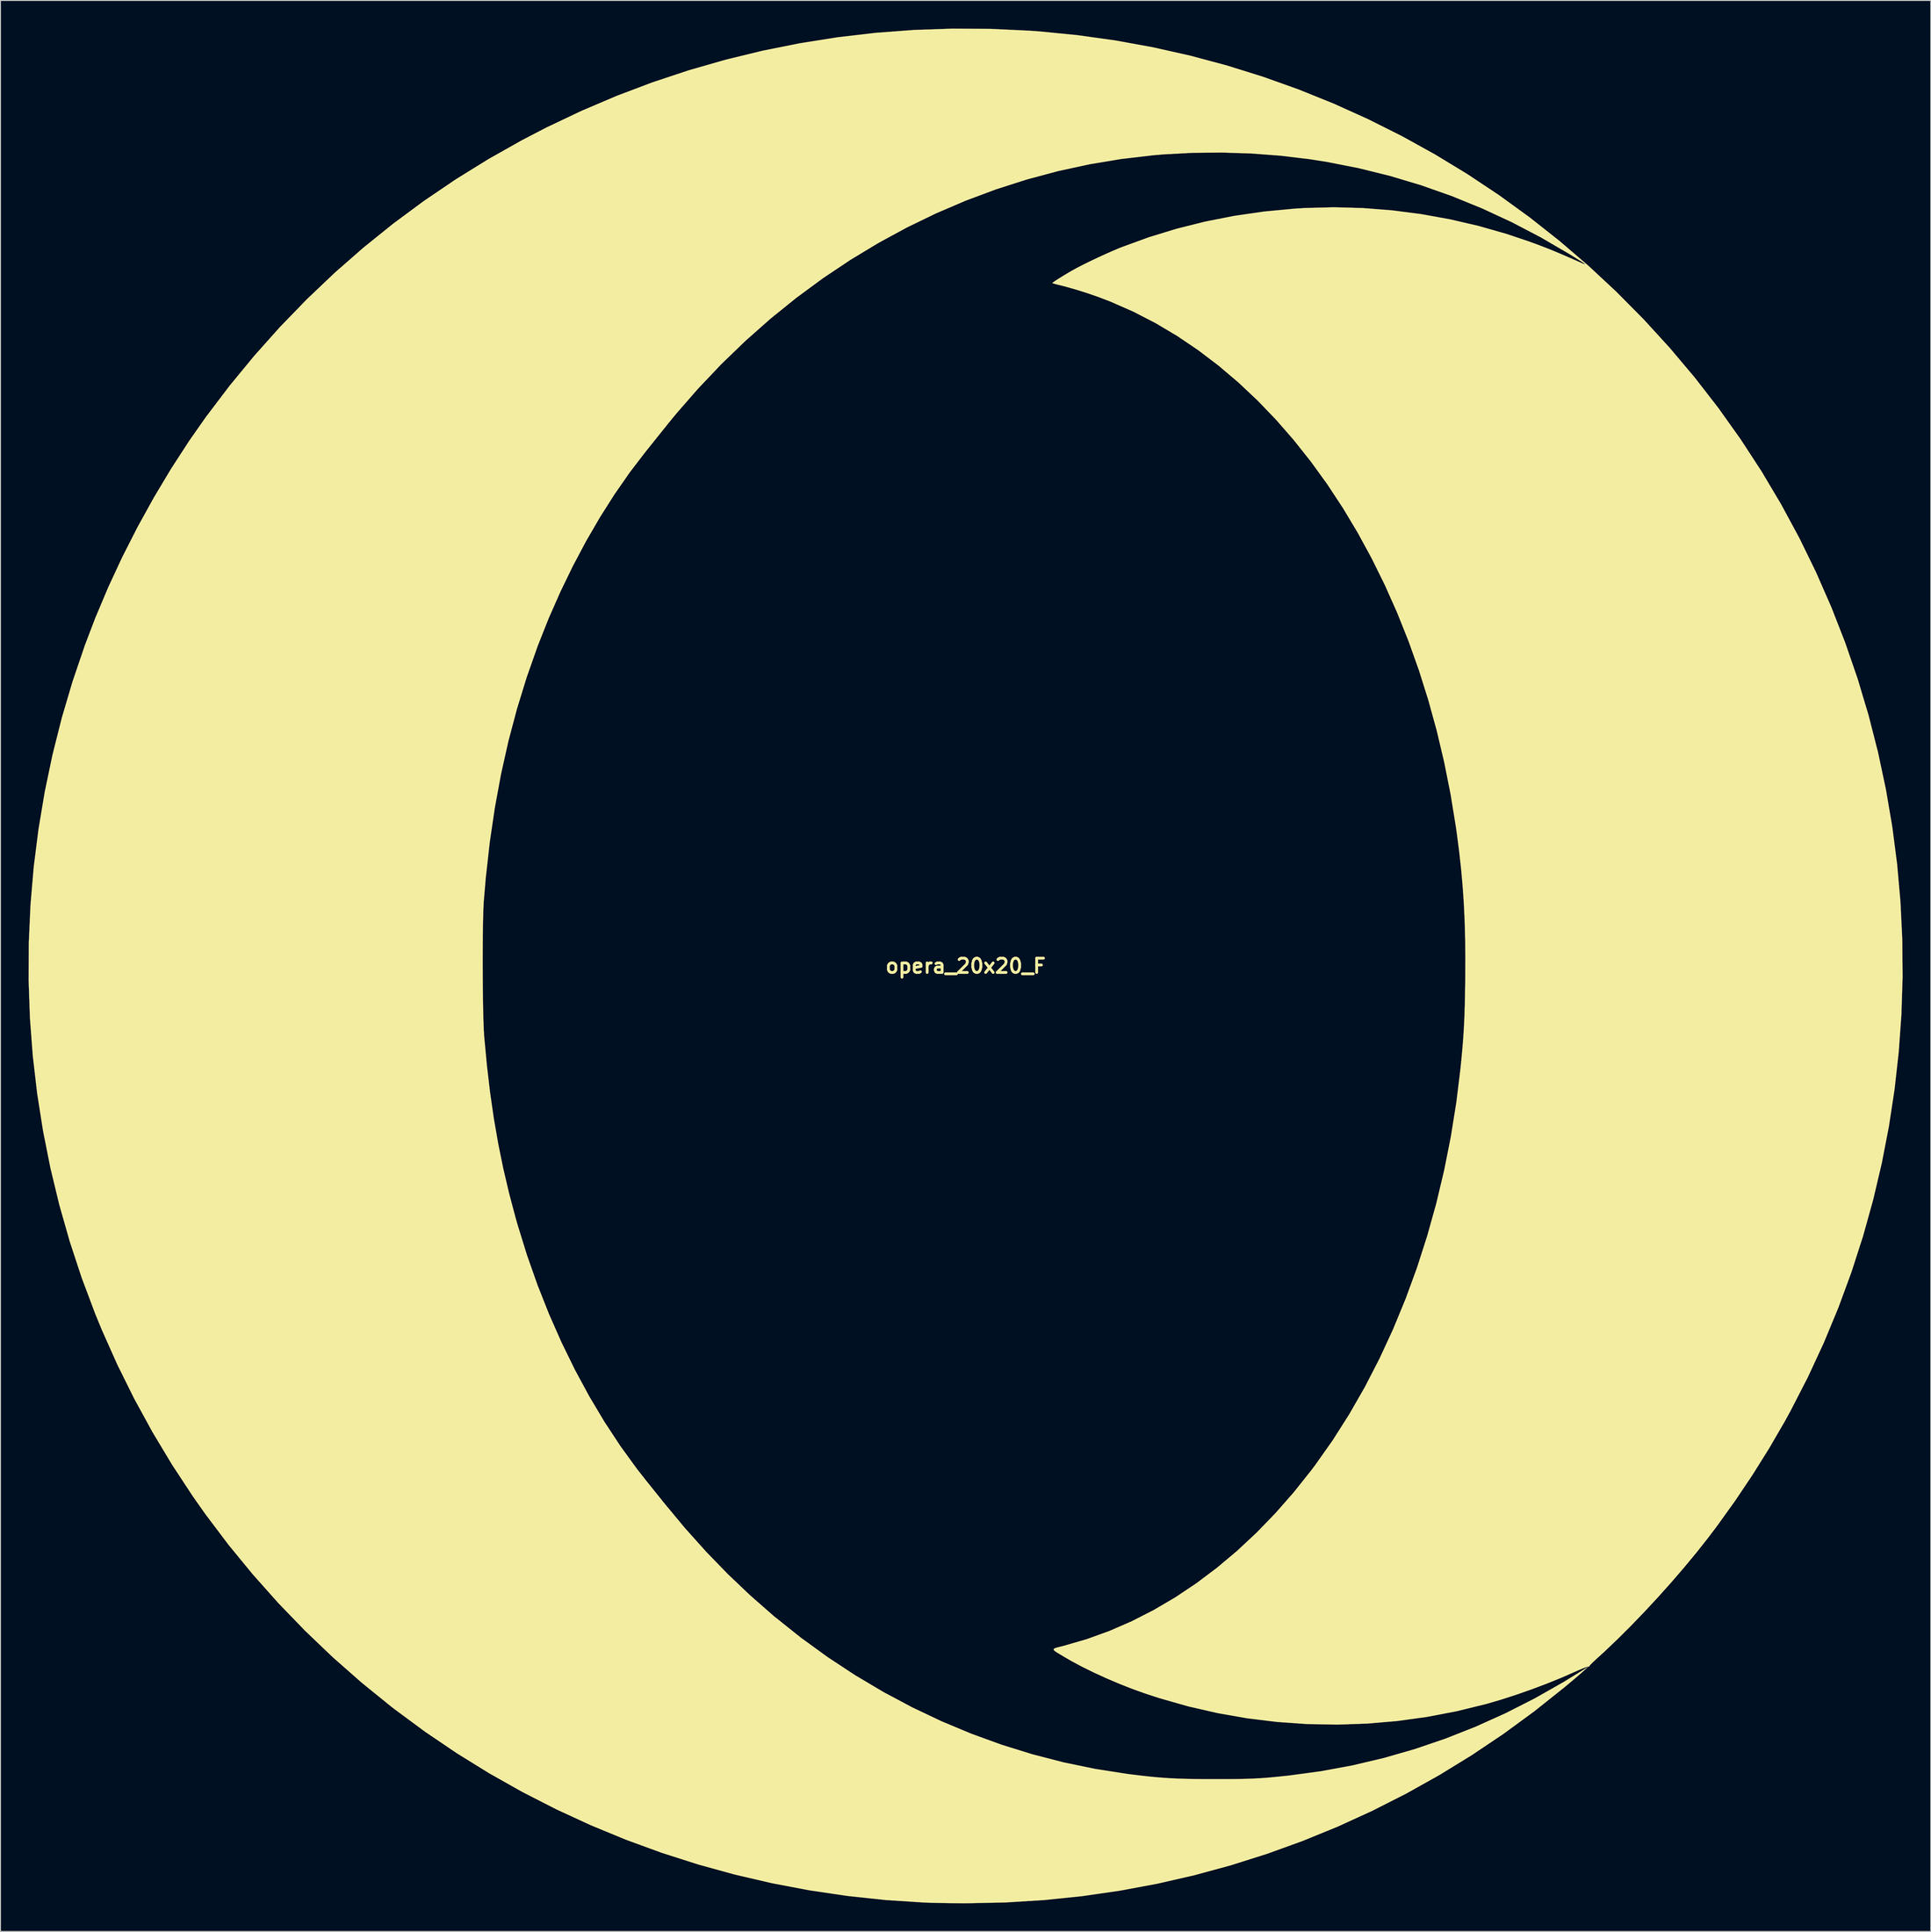
<source format=kicad_pcb>
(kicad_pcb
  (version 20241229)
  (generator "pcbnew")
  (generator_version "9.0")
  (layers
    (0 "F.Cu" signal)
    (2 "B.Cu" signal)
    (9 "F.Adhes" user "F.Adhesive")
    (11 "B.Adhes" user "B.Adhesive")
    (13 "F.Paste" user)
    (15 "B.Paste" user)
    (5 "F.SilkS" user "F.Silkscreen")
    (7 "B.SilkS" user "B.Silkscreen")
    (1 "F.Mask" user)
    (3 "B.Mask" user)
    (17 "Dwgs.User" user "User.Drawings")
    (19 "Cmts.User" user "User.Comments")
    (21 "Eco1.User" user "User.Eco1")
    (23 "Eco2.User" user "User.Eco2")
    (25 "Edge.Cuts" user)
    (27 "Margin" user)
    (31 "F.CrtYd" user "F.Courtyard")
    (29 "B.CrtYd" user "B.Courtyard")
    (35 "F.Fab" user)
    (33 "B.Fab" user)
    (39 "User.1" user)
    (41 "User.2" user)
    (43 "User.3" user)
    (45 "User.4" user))
  (footprint "opera_20x20_F"
    (layer "F.Cu")
    (at 99.982 99.992)
    (property "Reference" "opera_20x20_F" (at 0 0 0) (layer "F.SilkS") (effects (font (size 1.524 1.524) (thickness 0.3))))
    (attr through_hole)
    (fp_poly (pts (xy 2.699 -99.96) (xy 6.823 -99.767) (xy 7.874 -99.691) (xy 11.948 -99.29) (xy 15.989 -98.725) (xy 19.991 -97.997) (xy 23.951 -97.109) (xy 27.863 -96.062) (xy 31.724 -94.858) (xy 35.529 -93.5) (xy 39.273 -91.99) (xy 42.951 -90.329) (xy 46.56 -88.52) (xy 50.094 -86.565) (xy 53.549 -84.465) (xy 56.921 -82.224) (xy 60.204 -79.842) (xy 63.395 -77.322) (xy 66.489 -74.667) (xy 69.427 -71.93) (xy 72.358 -68.972) (xy 75.152 -65.915) (xy 77.808 -62.764) (xy 80.324 -59.52) (xy 82.699 -56.185) (xy 84.93 -52.763) (xy 87.016 -49.255) (xy 88.957 -45.663) (xy 90.749 -41.991) (xy 92.392 -38.241) (xy 93.852 -34.502) (xy 95.183 -30.639) (xy 96.351 -26.739) (xy 97.355 -22.808) (xy 98.197 -18.851) (xy 98.877 -14.873) (xy 99.395 -10.879) (xy 99.751 -6.874) (xy 99.946 -2.863) (xy 99.981 1.148) (xy 99.856 5.155) (xy 99.57 9.152) (xy 99.126 13.135) (xy 98.522 17.098) (xy 97.76 21.036) (xy 96.839 24.944) (xy 95.761 28.816) (xy 94.525 32.649) (xy 93.132 36.436) (xy 91.582 40.173) (xy 89.876 43.854) (xy 88.014 47.474) (xy 87.397 48.599) (xy 85.747 51.441) (xy 83.965 54.287) (xy 82.082 57.092) (xy 80.128 59.809) (xy 79.159 61.087) (xy 77.958 62.604) (xy 76.663 64.167) (xy 75.296 65.752) (xy 73.881 67.332) (xy 72.44 68.883) (xy 70.998 70.379) (xy 69.576 71.797) (xy 68.199 73.11) (xy 67.254 73.971) (xy 66.962 74.24) (xy 66.73 74.471) (xy 66.579 74.64) (xy 66.533 74.724) (xy 66.535 74.726) (xy 66.53 74.749) (xy 66.485 74.727) (xy 66.375 74.74) (xy 66.138 74.817) (xy 65.799 74.949) (xy 65.384 75.124) (xy 65.047 75.275) (xy 63.594 75.911) (xy 62.03 76.544) (xy 60.403 77.157) (xy 58.765 77.732) (xy 57.164 78.25) (xy 55.65 78.694) (xy 55.541 78.724) (xy 52.394 79.496) (xy 49.223 80.102) (xy 46.036 80.541) (xy 42.837 80.814) (xy 39.634 80.921) (xy 36.432 80.863) (xy 33.237 80.639) (xy 30.056 80.25) (xy 26.893 79.695) (xy 23.756 78.976) (xy 20.651 78.092) (xy 19.153 77.602) (xy 17.807 77.119) (xy 16.432 76.579) (xy 15.063 75.997) (xy 13.733 75.39) (xy 12.477 74.773) (xy 11.331 74.162) (xy 10.67 73.78) (xy 10.145 73.469) (xy 9.759 73.236) (xy 9.509 73.065) (xy 9.392 72.94) (xy 9.406 72.846) (xy 9.549 72.766) (xy 9.817 72.685) (xy 10.208 72.588) (xy 10.469 72.522) (xy 12.922 71.81) (xy 15.342 70.935) (xy 17.727 69.898) (xy 20.071 68.702) (xy 22.371 67.351) (xy 24.623 65.848) (xy 26.822 64.194) (xy 28.966 62.394) (xy 31.049 60.45) (xy 33.068 58.364) (xy 35.019 56.141) (xy 36.898 53.782) (xy 37.294 53.255) (xy 39.17 50.597) (xy 40.942 47.811) (xy 42.609 44.903) (xy 44.166 41.882) (xy 45.612 38.756) (xy 46.943 35.531) (xy 48.157 32.216) (xy 49.25 28.818) (xy 50.221 25.346) (xy 51.065 21.805) (xy 51.781 18.206) (xy 52.365 14.553) (xy 52.786 11.134) (xy 52.899 10.039) (xy 52.993 9.035) (xy 53.072 8.09) (xy 53.137 7.174) (xy 53.19 6.257) (xy 53.232 5.308) (xy 53.264 4.297) (xy 53.289 3.193) (xy 53.308 1.967) (xy 53.316 1.257) (xy 53.325 -0.898) (xy 53.305 -2.918) (xy 53.252 -4.835) (xy 53.165 -6.681) (xy 53.042 -8.488) (xy 52.881 -10.287) (xy 52.681 -12.111) (xy 52.438 -13.992) (xy 52.316 -14.859) (xy 51.75 -18.334) (xy 51.07 -21.744) (xy 50.278 -25.087) (xy 49.377 -28.356) (xy 48.371 -31.548) (xy 47.261 -34.659) (xy 46.051 -37.684) (xy 44.744 -40.619) (xy 43.343 -43.46) (xy 41.851 -46.201) (xy 40.27 -48.839) (xy 38.605 -51.37) (xy 36.856 -53.789) (xy 35.029 -56.091) (xy 33.125 -58.273) (xy 31.147 -60.329) (xy 29.098 -62.256) (xy 26.982 -64.05) (xy 24.802 -65.705) (xy 22.559 -67.218) (xy 20.258 -68.584) (xy 17.9 -69.799) (xy 15.49 -70.858) (xy 14.155 -71.369) (xy 12.998 -71.769) (xy 11.836 -72.136) (xy 10.727 -72.452) (xy 10.127 -72.605) (xy 9.774 -72.693) (xy 9.487 -72.769) (xy 9.303 -72.824) (xy 9.255 -72.843) (xy 9.308 -72.9) (xy 9.483 -73.027) (xy 9.758 -73.209) (xy 10.11 -73.432) (xy 10.514 -73.681) (xy 10.948 -73.94) (xy 11.388 -74.195) (xy 11.391 -74.197) (xy 11.932 -74.493) (xy 12.594 -74.832) (xy 13.339 -75.198) (xy 14.129 -75.573) (xy 14.927 -75.939) (xy 15.696 -76.279) (xy 16.399 -76.575) (xy 16.637 -76.67) (xy 19.547 -77.732) (xy 22.534 -78.646) (xy 25.589 -79.41) (xy 28.707 -80.022) (xy 31.877 -80.48) (xy 35.094 -80.784) (xy 36.237 -80.854) (xy 39.297 -80.932) (xy 42.385 -80.848) (xy 45.486 -80.605) (xy 48.585 -80.206) (xy 51.667 -79.651) (xy 54.717 -78.945) (xy 57.72 -78.088) (xy 60.038 -77.31) (xy 60.674 -77.08) (xy 61.256 -76.864) (xy 61.81 -76.652) (xy 62.365 -76.432) (xy 62.946 -76.194) (xy 63.582 -75.925) (xy 64.299 -75.615) (xy 65.125 -75.253) (xy 65.744 -74.98) (xy 65.966 -74.886) (xy 66.083 -74.849) (xy 66.089 -74.872) (xy 65.979 -74.961) (xy 65.746 -75.119) (xy 65.383 -75.351) (xy 64.886 -75.662) (xy 64.41 -75.955) (xy 61.362 -77.732) (xy 58.251 -79.357) (xy 55.083 -80.825) (xy 51.861 -82.137) (xy 48.592 -83.289) (xy 45.281 -84.28) (xy 41.932 -85.109) (xy 38.551 -85.773) (xy 36.722 -86.061) (xy 33.657 -86.43) (xy 30.523 -86.667) (xy 27.361 -86.77) (xy 24.208 -86.74) (xy 21.104 -86.575) (xy 20.024 -86.483) (xy 16.595 -86.081) (xy 13.199 -85.514) (xy 9.84 -84.784) (xy 6.522 -83.894) (xy 3.249 -82.846) (xy 0.025 -81.643) (xy -3.145 -80.287) (xy -6.258 -78.779) (xy -9.308 -77.123) (xy -12.292 -75.32) (xy -15.207 -73.373) (xy -18.046 -71.284) (xy -20.807 -69.055) (xy -23.484 -66.689) (xy -26.075 -64.188) (xy -28.574 -61.554) (xy -30.827 -58.97) (xy -31.097 -58.645) (xy -31.439 -58.227) (xy -31.82 -57.757) (xy -32.209 -57.276) (xy -32.479 -56.938) (xy -32.859 -56.464) (xy -33.261 -55.961) (xy -33.65 -55.475) (xy -33.993 -55.048) (xy -34.184 -54.81) (xy -35.841 -52.646) (xy -37.45 -50.332) (xy -39.004 -47.885) (xy -40.494 -45.322) (xy -41.909 -42.658) (xy -43.242 -39.909) (xy -44.484 -37.091) (xy -45.625 -34.221) (xy -45.663 -34.121) (xy -46.83 -30.808) (xy -47.868 -27.44) (xy -48.78 -24.007) (xy -49.566 -20.497) (xy -50.23 -16.9) (xy -50.774 -13.207) (xy -51.2 -9.405) (xy -51.409 -6.943) (xy -51.439 -6.422) (xy -51.465 -5.754) (xy -51.487 -4.959) (xy -51.504 -4.058) (xy -51.516 -3.072) (xy -51.524 -2.022) (xy -51.528 -0.929) (xy -51.527 0.187) (xy -51.522 1.305) (xy -51.513 2.403) (xy -51.5 3.462) (xy -51.483 4.461) (xy -51.462 5.378) (xy -51.437 6.193) (xy -51.408 6.885) (xy -51.375 7.433) (xy -51.367 7.535) (xy -51.085 10.563) (xy -50.745 13.457) (xy -50.343 16.245) (xy -49.873 18.955) (xy -49.331 21.613) (xy -48.712 24.247) (xy -48.011 26.886) (xy -47.807 27.601) (xy -46.806 30.834) (xy -45.688 34.009) (xy -44.46 37.113) (xy -43.125 40.136) (xy -41.691 43.068) (xy -40.163 45.895) (xy -38.546 48.607) (xy -36.847 51.194) (xy -35.07 53.642) (xy -34.078 54.906) (xy -33.786 55.269) (xy -33.419 55.726) (xy -33.008 56.237) (xy -32.584 56.765) (xy -32.179 57.269) (xy -32.154 57.301) (xy -29.937 59.969) (xy -27.683 62.484) (xy -25.377 64.862) (xy -23.004 67.119) (xy -20.548 69.271) (xy -20.378 69.414) (xy -17.592 71.637) (xy -14.727 73.718) (xy -11.786 75.653) (xy -8.775 77.442) (xy -5.699 79.081) (xy -2.564 80.568) (xy 0.627 81.901) (xy 3.868 83.078) (xy 7.153 84.096) (xy 10.478 84.954) (xy 13.838 85.649) (xy 17.228 86.179) (xy 17.568 86.223) (xy 18.564 86.345) (xy 19.467 86.447) (xy 20.307 86.53) (xy 21.116 86.596) (xy 21.922 86.647) (xy 22.756 86.685) (xy 23.649 86.711) (xy 24.629 86.728) (xy 25.727 86.736) (xy 26.585 86.737) (xy 27.645 86.736) (xy 28.564 86.731) (xy 29.37 86.72) (xy 30.093 86.703) (xy 30.761 86.677) (xy 31.401 86.643) (xy 32.044 86.597) (xy 32.717 86.539) (xy 33.448 86.467) (xy 34.267 86.381) (xy 34.5 86.356) (xy 37.896 85.9) (xy 41.268 85.277) (xy 44.61 84.489) (xy 47.918 83.538) (xy 51.19 82.424) (xy 54.42 81.149) (xy 57.604 79.715) (xy 60.74 78.122) (xy 63.822 76.373) (xy 65.574 75.293) (xy 66.421 74.756) (xy 65.955 75.189) (xy 65.754 75.369) (xy 65.449 75.635) (xy 65.063 75.965) (xy 64.624 76.336) (xy 64.158 76.727) (xy 63.923 76.922) (xy 60.704 79.487) (xy 57.396 81.908) (xy 54.004 84.184) (xy 50.534 86.314) (xy 46.988 88.296) (xy 43.371 90.129) (xy 39.688 91.811) (xy 35.943 93.34) (xy 32.14 94.715) (xy 28.284 95.934) (xy 24.379 96.996) (xy 20.43 97.899) (xy 16.44 98.642) (xy 12.414 99.223) (xy 8.357 99.64) (xy 4.273 99.893) (xy 0.166 99.978) (xy -0.339 99.977) (xy -1.082 99.972) (xy -1.849 99.963) (xy -2.602 99.951) (xy -3.303 99.936) (xy -3.914 99.92) (xy -4.398 99.902) (xy -4.445 99.9) (xy -8.546 99.632) (xy -12.62 99.197) (xy -16.661 98.599) (xy -20.666 97.838) (xy -24.629 96.917) (xy -28.546 95.837) (xy -32.413 94.6) (xy -36.224 93.208) (xy -39.976 91.661) (xy -43.662 89.963) (xy -47.28 88.115) (xy -50.824 86.118) (xy -54.289 83.974) (xy -57.671 81.685) (xy -60.965 79.252) (xy -61.284 79.005) (xy -64.456 76.434) (xy -67.525 73.732) (xy -70.484 70.906) (xy -73.328 67.962) (xy -76.048 64.908) (xy -78.639 61.752) (xy -81.094 58.499) (xy -82.442 56.587) (xy -84.663 53.209) (xy -86.752 49.733) (xy -88.701 46.171) (xy -90.503 42.539) (xy -92.151 38.849) (xy -92.877 37.084) (xy -94.313 33.261) (xy -95.587 29.393) (xy -96.7 25.487) (xy -97.651 21.546) (xy -98.44 17.577) (xy -99.067 13.584) (xy -99.532 9.573) (xy -99.836 5.55) (xy -99.977 1.518) (xy -99.957 -2.515) (xy -99.775 -6.545) (xy -99.431 -10.567) (xy -98.925 -14.575) (xy -98.258 -18.564) (xy -97.428 -22.528) (xy -96.437 -26.464) (xy -95.284 -30.364) (xy -93.969 -34.224) (xy -92.862 -37.126) (xy -91.495 -40.369) (xy -89.988 -43.609) (xy -88.355 -46.819) (xy -86.611 -49.974) (xy -84.771 -53.044) (xy -82.851 -56.005) (xy -81.062 -58.557) (xy -78.54 -61.883) (xy -75.903 -65.085) (xy -73.154 -68.163) (xy -70.293 -71.114) (xy -67.324 -73.937) (xy -64.248 -76.629) (xy -61.066 -79.191) (xy -57.782 -81.619) (xy -54.396 -83.913) (xy -50.912 -86.07) (xy -47.33 -88.089) (xy -44.725 -89.44) (xy -41.01 -91.204) (xy -37.238 -92.81) (xy -33.413 -94.257) (xy -29.54 -95.543) (xy -25.622 -96.667) (xy -21.664 -97.63) (xy -17.67 -98.43) (xy -13.643 -99.067) (xy -9.589 -99.539) (xy -5.511 -99.846) (xy -1.414 -99.987) (xy 2.699 -99.96)) (stroke (width 0.01) (type solid)) (fill yes) (layer "F.SilkS")))
  (gr_rect
    (start -3 -3)
    (end 202.968 202.975)
    (stroke (width 0.1) (type default))
    (fill no)
    (layer "Edge.Cuts")))
</source>
